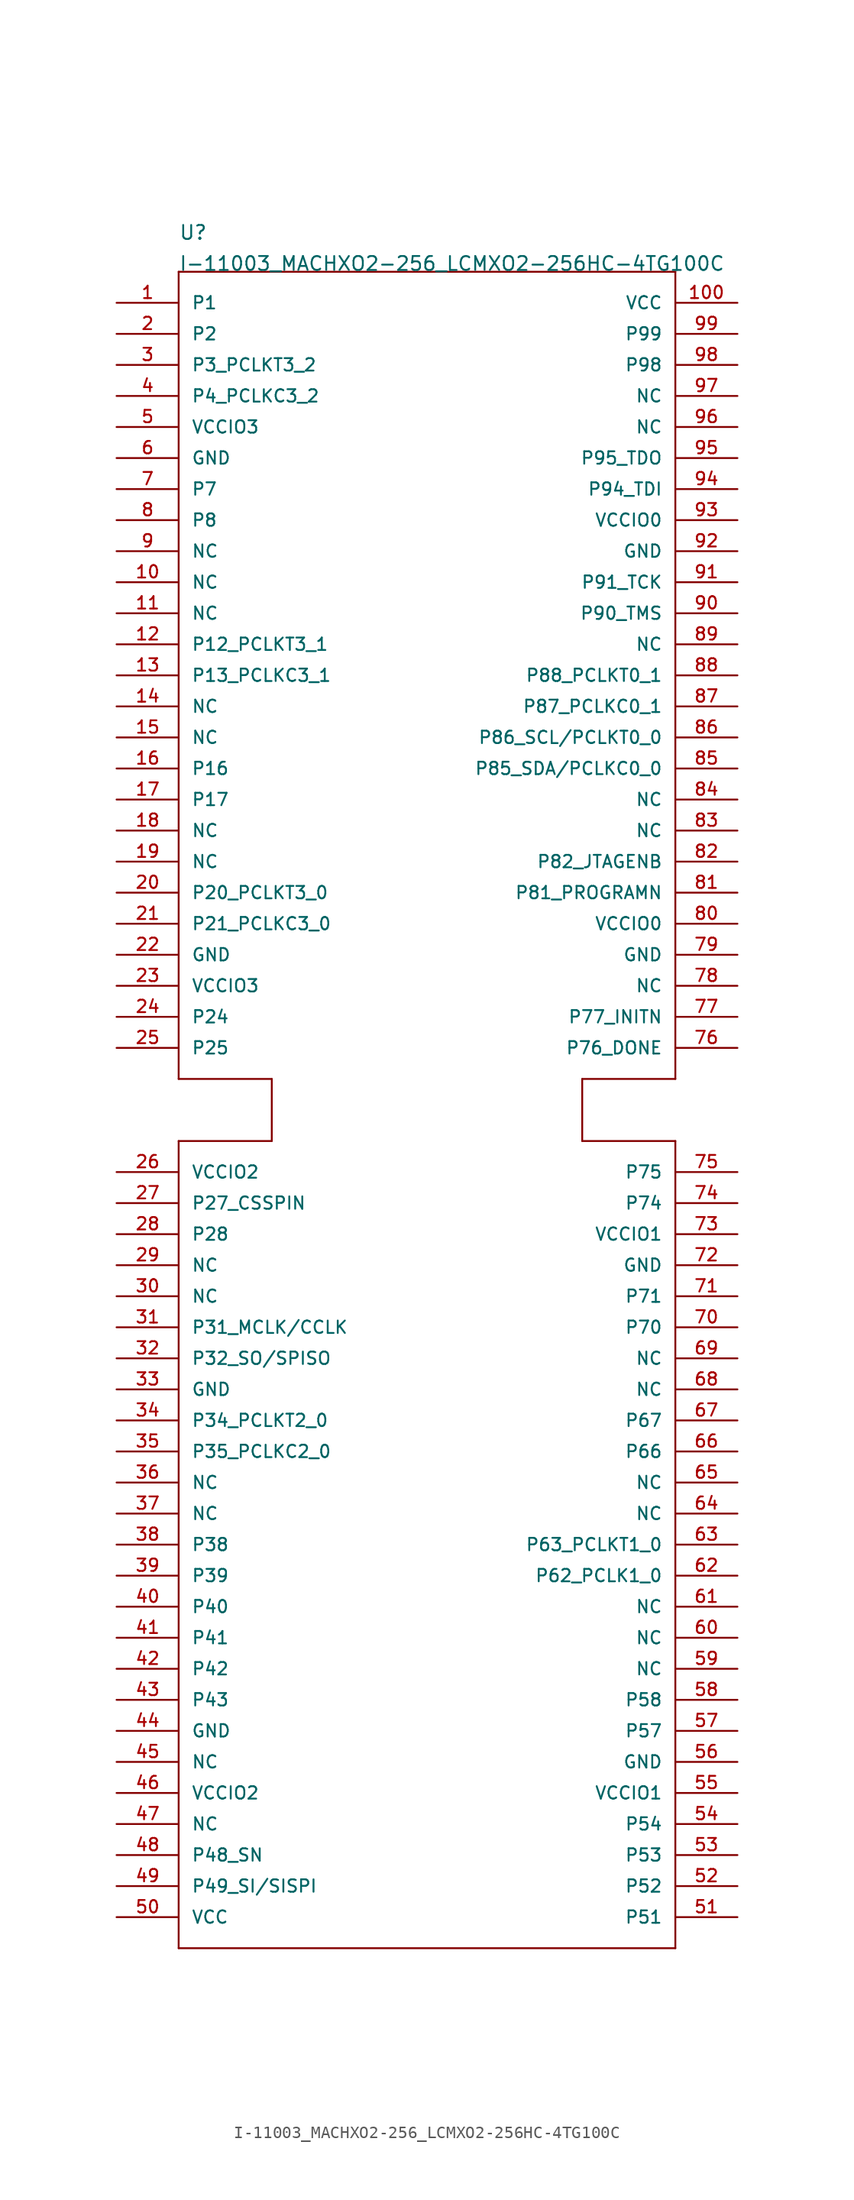
<source format=kicad_sym>
(kicad_symbol_lib
  (version 20211014)
  (generator kicad_symbol_editor)
  (symbol "I-11003_MACHXO2-256_LCMXO2-256HC-4TG100C"
    (pin_names
      (offset 1.016))
    (property "Reference" "U"
      (at -20.32 71.12 0)
      (effects (font (size 1.143 1.143)) (justify left bottom)))
    (property "Value" "I-11003_MACHXO2-256_LCMXO2-256HC-4TG100C"
      (at -20.32 68.58 0)
      (effects (font (size 1.143 1.143)) (justify left bottom)))
    (property "ki_locked" ""
      (at 0 0 0)
      (effects (font (size 1.27 1.27))))
    (symbol "I-11003_MACHXO2-256_LCMXO2-256HC-4TG100C_1_0"
      (polyline (pts (xy -20.32 -68.58) (xy -20.32 -2.54)) (stroke (width 0) (type default) (color 0 0 0 0)) (fill (type none)))
      (polyline (pts (xy -20.32 -2.54) (xy -12.7 -2.54)) (stroke (width 0) (type default) (color 0 0 0 0)) (fill (type none)))
      (polyline (pts (xy -20.32 2.54) (xy -20.32 68.58)) (stroke (width 0) (type default) (color 0 0 0 0)) (fill (type none)))
      (polyline (pts (xy -20.32 68.58) (xy 20.32 68.58)) (stroke (width 0) (type default) (color 0 0 0 0)) (fill (type none)))
      (polyline (pts (xy -12.7 -2.54) (xy -12.7 2.54)) (stroke (width 0) (type default) (color 0 0 0 0)) (fill (type none)))
      (polyline (pts (xy -12.7 2.54) (xy -20.32 2.54)) (stroke (width 0) (type default) (color 0 0 0 0)) (fill (type none)))
      (polyline (pts (xy 12.7 -2.54) (xy 20.32 -2.54)) (stroke (width 0) (type default) (color 0 0 0 0)) (fill (type none)))
      (polyline (pts (xy 12.7 2.54) (xy 12.7 -2.54)) (stroke (width 0) (type default) (color 0 0 0 0)) (fill (type none)))
      (polyline (pts (xy 20.32 -68.58) (xy -20.32 -68.58)) (stroke (width 0) (type default) (color 0 0 0 0)) (fill (type none)))
      (polyline (pts (xy 20.32 -2.54) (xy 20.32 -68.58)) (stroke (width 0) (type default) (color 0 0 0 0)) (fill (type none)))
      (polyline (pts (xy 20.32 2.54) (xy 12.7 2.54)) (stroke (width 0) (type default) (color 0 0 0 0)) (fill (type none)))
      (polyline (pts (xy 20.32 68.58) (xy 20.32 2.54)) (stroke (width 0) (type default) (color 0 0 0 0)) (fill (type none))))
    (symbol "I-11003_MACHXO2-256_LCMXO2-256HC-4TG100C_1_1"
      (pin bidirectional line (at -25.4 66.04 0) (length 5.08) (name "P1" (effects (font (size 1.016 1.016)))) (number "1" (effects (font (size 1.016 1.016)))))
      (pin bidirectional line (at -25.4 43.18 0) (length 5.08) (name "NC" (effects (font (size 1.016 1.016)))) (number "10" (effects (font (size 1.016 1.016)))))
      (pin bidirectional line (at 25.4 66.04 180) (length 5.08) (name "VCC" (effects (font (size 1.016 1.016)))) (number "100" (effects (font (size 1.016 1.016)))))
      (pin bidirectional line (at -25.4 40.64 0) (length 5.08) (name "NC" (effects (font (size 1.016 1.016)))) (number "11" (effects (font (size 1.016 1.016)))))
      (pin bidirectional line (at -25.4 38.1 0) (length 5.08) (name "P12_PCLKT3_1" (effects (font (size 1.016 1.016)))) (number "12" (effects (font (size 1.016 1.016)))))
      (pin bidirectional line (at -25.4 35.56 0) (length 5.08) (name "P13_PCLKC3_1" (effects (font (size 1.016 1.016)))) (number "13" (effects (font (size 1.016 1.016)))))
      (pin bidirectional line (at -25.4 33.02 0) (length 5.08) (name "NC" (effects (font (size 1.016 1.016)))) (number "14" (effects (font (size 1.016 1.016)))))
      (pin bidirectional line (at -25.4 30.48 0) (length 5.08) (name "NC" (effects (font (size 1.016 1.016)))) (number "15" (effects (font (size 1.016 1.016)))))
      (pin bidirectional line (at -25.4 27.94 0) (length 5.08) (name "P16" (effects (font (size 1.016 1.016)))) (number "16" (effects (font (size 1.016 1.016)))))
      (pin bidirectional line (at -25.4 25.4 0) (length 5.08) (name "P17" (effects (font (size 1.016 1.016)))) (number "17" (effects (font (size 1.016 1.016)))))
      (pin bidirectional line (at -25.4 22.86 0) (length 5.08) (name "NC" (effects (font (size 1.016 1.016)))) (number "18" (effects (font (size 1.016 1.016)))))
      (pin bidirectional line (at -25.4 20.32 0) (length 5.08) (name "NC" (effects (font (size 1.016 1.016)))) (number "19" (effects (font (size 1.016 1.016)))))
      (pin bidirectional line (at -25.4 63.5 0) (length 5.08) (name "P2" (effects (font (size 1.016 1.016)))) (number "2" (effects (font (size 1.016 1.016)))))
      (pin bidirectional line (at -25.4 17.78 0) (length 5.08) (name "P20_PCLKT3_0" (effects (font (size 1.016 1.016)))) (number "20" (effects (font (size 1.016 1.016)))))
      (pin bidirectional line (at -25.4 15.24 0) (length 5.08) (name "P21_PCLKC3_0" (effects (font (size 1.016 1.016)))) (number "21" (effects (font (size 1.016 1.016)))))
      (pin bidirectional line (at -25.4 12.7 0) (length 5.08) (name "GND" (effects (font (size 1.016 1.016)))) (number "22" (effects (font (size 1.016 1.016)))))
      (pin bidirectional line (at -25.4 10.16 0) (length 5.08) (name "VCCIO3" (effects (font (size 1.016 1.016)))) (number "23" (effects (font (size 1.016 1.016)))))
      (pin bidirectional line (at -25.4 7.62 0) (length 5.08) (name "P24" (effects (font (size 1.016 1.016)))) (number "24" (effects (font (size 1.016 1.016)))))
      (pin bidirectional line (at -25.4 5.08 0) (length 5.08) (name "P25" (effects (font (size 1.016 1.016)))) (number "25" (effects (font (size 1.016 1.016)))))
      (pin bidirectional line (at -25.4 -5.08 0) (length 5.08) (name "VCCIO2" (effects (font (size 1.016 1.016)))) (number "26" (effects (font (size 1.016 1.016)))))
      (pin bidirectional line (at -25.4 -7.62 0) (length 5.08) (name "P27_CSSPIN" (effects (font (size 1.016 1.016)))) (number "27" (effects (font (size 1.016 1.016)))))
      (pin bidirectional line (at -25.4 -10.16 0) (length 5.08) (name "P28" (effects (font (size 1.016 1.016)))) (number "28" (effects (font (size 1.016 1.016)))))
      (pin bidirectional line (at -25.4 -12.7 0) (length 5.08) (name "NC" (effects (font (size 1.016 1.016)))) (number "29" (effects (font (size 1.016 1.016)))))
      (pin bidirectional line (at -25.4 60.96 0) (length 5.08) (name "P3_PCLKT3_2" (effects (font (size 1.016 1.016)))) (number "3" (effects (font (size 1.016 1.016)))))
      (pin bidirectional line (at -25.4 -15.24 0) (length 5.08) (name "NC" (effects (font (size 1.016 1.016)))) (number "30" (effects (font (size 1.016 1.016)))))
      (pin bidirectional line (at -25.4 -17.78 0) (length 5.08) (name "P31_MCLK/CCLK" (effects (font (size 1.016 1.016)))) (number "31" (effects (font (size 1.016 1.016)))))
      (pin bidirectional line (at -25.4 -20.32 0) (length 5.08) (name "P32_SO/SPISO" (effects (font (size 1.016 1.016)))) (number "32" (effects (font (size 1.016 1.016)))))
      (pin bidirectional line (at -25.4 -22.86 0) (length 5.08) (name "GND" (effects (font (size 1.016 1.016)))) (number "33" (effects (font (size 1.016 1.016)))))
      (pin bidirectional line (at -25.4 -25.4 0) (length 5.08) (name "P34_PCLKT2_0" (effects (font (size 1.016 1.016)))) (number "34" (effects (font (size 1.016 1.016)))))
      (pin bidirectional line (at -25.4 -27.94 0) (length 5.08) (name "P35_PCLKC2_0" (effects (font (size 1.016 1.016)))) (number "35" (effects (font (size 1.016 1.016)))))
      (pin bidirectional line (at -25.4 -30.48 0) (length 5.08) (name "NC" (effects (font (size 1.016 1.016)))) (number "36" (effects (font (size 1.016 1.016)))))
      (pin bidirectional line (at -25.4 -33.02 0) (length 5.08) (name "NC" (effects (font (size 1.016 1.016)))) (number "37" (effects (font (size 1.016 1.016)))))
      (pin bidirectional line (at -25.4 -35.56 0) (length 5.08) (name "P38" (effects (font (size 1.016 1.016)))) (number "38" (effects (font (size 1.016 1.016)))))
      (pin bidirectional line (at -25.4 -38.1 0) (length 5.08) (name "P39" (effects (font (size 1.016 1.016)))) (number "39" (effects (font (size 1.016 1.016)))))
      (pin bidirectional line (at -25.4 58.42 0) (length 5.08) (name "P4_PCLKC3_2" (effects (font (size 1.016 1.016)))) (number "4" (effects (font (size 1.016 1.016)))))
      (pin bidirectional line (at -25.4 -40.64 0) (length 5.08) (name "P40" (effects (font (size 1.016 1.016)))) (number "40" (effects (font (size 1.016 1.016)))))
      (pin bidirectional line (at -25.4 -43.18 0) (length 5.08) (name "P41" (effects (font (size 1.016 1.016)))) (number "41" (effects (font (size 1.016 1.016)))))
      (pin bidirectional line (at -25.4 -45.72 0) (length 5.08) (name "P42" (effects (font (size 1.016 1.016)))) (number "42" (effects (font (size 1.016 1.016)))))
      (pin bidirectional line (at -25.4 -48.26 0) (length 5.08) (name "P43" (effects (font (size 1.016 1.016)))) (number "43" (effects (font (size 1.016 1.016)))))
      (pin bidirectional line (at -25.4 -50.8 0) (length 5.08) (name "GND" (effects (font (size 1.016 1.016)))) (number "44" (effects (font (size 1.016 1.016)))))
      (pin bidirectional line (at -25.4 -53.34 0) (length 5.08) (name "NC" (effects (font (size 1.016 1.016)))) (number "45" (effects (font (size 1.016 1.016)))))
      (pin bidirectional line (at -25.4 -55.88 0) (length 5.08) (name "VCCIO2" (effects (font (size 1.016 1.016)))) (number "46" (effects (font (size 1.016 1.016)))))
      (pin bidirectional line (at -25.4 -58.42 0) (length 5.08) (name "NC" (effects (font (size 1.016 1.016)))) (number "47" (effects (font (size 1.016 1.016)))))
      (pin bidirectional line (at -25.4 -60.96 0) (length 5.08) (name "P48_SN" (effects (font (size 1.016 1.016)))) (number "48" (effects (font (size 1.016 1.016)))))
      (pin bidirectional line (at -25.4 -63.5 0) (length 5.08) (name "P49_SI/SISPI" (effects (font (size 1.016 1.016)))) (number "49" (effects (font (size 1.016 1.016)))))
      (pin bidirectional line (at -25.4 55.88 0) (length 5.08) (name "VCCIO3" (effects (font (size 1.016 1.016)))) (number "5" (effects (font (size 1.016 1.016)))))
      (pin bidirectional line (at -25.4 -66.04 0) (length 5.08) (name "VCC" (effects (font (size 1.016 1.016)))) (number "50" (effects (font (size 1.016 1.016)))))
      (pin bidirectional line (at 25.4 -66.04 180) (length 5.08) (name "P51" (effects (font (size 1.016 1.016)))) (number "51" (effects (font (size 1.016 1.016)))))
      (pin bidirectional line (at 25.4 -63.5 180) (length 5.08) (name "P52" (effects (font (size 1.016 1.016)))) (number "52" (effects (font (size 1.016 1.016)))))
      (pin bidirectional line (at 25.4 -60.96 180) (length 5.08) (name "P53" (effects (font (size 1.016 1.016)))) (number "53" (effects (font (size 1.016 1.016)))))
      (pin bidirectional line (at 25.4 -58.42 180) (length 5.08) (name "P54" (effects (font (size 1.016 1.016)))) (number "54" (effects (font (size 1.016 1.016)))))
      (pin bidirectional line (at 25.4 -55.88 180) (length 5.08) (name "VCCIO1" (effects (font (size 1.016 1.016)))) (number "55" (effects (font (size 1.016 1.016)))))
      (pin bidirectional line (at 25.4 -53.34 180) (length 5.08) (name "GND" (effects (font (size 1.016 1.016)))) (number "56" (effects (font (size 1.016 1.016)))))
      (pin bidirectional line (at 25.4 -50.8 180) (length 5.08) (name "P57" (effects (font (size 1.016 1.016)))) (number "57" (effects (font (size 1.016 1.016)))))
      (pin bidirectional line (at 25.4 -48.26 180) (length 5.08) (name "P58" (effects (font (size 1.016 1.016)))) (number "58" (effects (font (size 1.016 1.016)))))
      (pin bidirectional line (at 25.4 -45.72 180) (length 5.08) (name "NC" (effects (font (size 1.016 1.016)))) (number "59" (effects (font (size 1.016 1.016)))))
      (pin bidirectional line (at -25.4 53.34 0) (length 5.08) (name "GND" (effects (font (size 1.016 1.016)))) (number "6" (effects (font (size 1.016 1.016)))))
      (pin bidirectional line (at 25.4 -43.18 180) (length 5.08) (name "NC" (effects (font (size 1.016 1.016)))) (number "60" (effects (font (size 1.016 1.016)))))
      (pin bidirectional line (at 25.4 -40.64 180) (length 5.08) (name "NC" (effects (font (size 1.016 1.016)))) (number "61" (effects (font (size 1.016 1.016)))))
      (pin bidirectional line (at 25.4 -38.1 180) (length 5.08) (name "P62_PCLK1_0" (effects (font (size 1.016 1.016)))) (number "62" (effects (font (size 1.016 1.016)))))
      (pin bidirectional line (at 25.4 -35.56 180) (length 5.08) (name "P63_PCLKT1_0" (effects (font (size 1.016 1.016)))) (number "63" (effects (font (size 1.016 1.016)))))
      (pin bidirectional line (at 25.4 -33.02 180) (length 5.08) (name "NC" (effects (font (size 1.016 1.016)))) (number "64" (effects (font (size 1.016 1.016)))))
      (pin bidirectional line (at 25.4 -30.48 180) (length 5.08) (name "NC" (effects (font (size 1.016 1.016)))) (number "65" (effects (font (size 1.016 1.016)))))
      (pin bidirectional line (at 25.4 -27.94 180) (length 5.08) (name "P66" (effects (font (size 1.016 1.016)))) (number "66" (effects (font (size 1.016 1.016)))))
      (pin bidirectional line (at 25.4 -25.4 180) (length 5.08) (name "P67" (effects (font (size 1.016 1.016)))) (number "67" (effects (font (size 1.016 1.016)))))
      (pin bidirectional line (at 25.4 -22.86 180) (length 5.08) (name "NC" (effects (font (size 1.016 1.016)))) (number "68" (effects (font (size 1.016 1.016)))))
      (pin bidirectional line (at 25.4 -20.32 180) (length 5.08) (name "NC" (effects (font (size 1.016 1.016)))) (number "69" (effects (font (size 1.016 1.016)))))
      (pin bidirectional line (at -25.4 50.8 0) (length 5.08) (name "P7" (effects (font (size 1.016 1.016)))) (number "7" (effects (font (size 1.016 1.016)))))
      (pin bidirectional line (at 25.4 -17.78 180) (length 5.08) (name "P70" (effects (font (size 1.016 1.016)))) (number "70" (effects (font (size 1.016 1.016)))))
      (pin bidirectional line (at 25.4 -15.24 180) (length 5.08) (name "P71" (effects (font (size 1.016 1.016)))) (number "71" (effects (font (size 1.016 1.016)))))
      (pin bidirectional line (at 25.4 -12.7 180) (length 5.08) (name "GND" (effects (font (size 1.016 1.016)))) (number "72" (effects (font (size 1.016 1.016)))))
      (pin bidirectional line (at 25.4 -10.16 180) (length 5.08) (name "VCCIO1" (effects (font (size 1.016 1.016)))) (number "73" (effects (font (size 1.016 1.016)))))
      (pin bidirectional line (at 25.4 -7.62 180) (length 5.08) (name "P74" (effects (font (size 1.016 1.016)))) (number "74" (effects (font (size 1.016 1.016)))))
      (pin bidirectional line (at 25.4 -5.08 180) (length 5.08) (name "P75" (effects (font (size 1.016 1.016)))) (number "75" (effects (font (size 1.016 1.016)))))
      (pin bidirectional line (at 25.4 5.08 180) (length 5.08) (name "P76_DONE" (effects (font (size 1.016 1.016)))) (number "76" (effects (font (size 1.016 1.016)))))
      (pin bidirectional line (at 25.4 7.62 180) (length 5.08) (name "P77_INITN" (effects (font (size 1.016 1.016)))) (number "77" (effects (font (size 1.016 1.016)))))
      (pin bidirectional line (at 25.4 10.16 180) (length 5.08) (name "NC" (effects (font (size 1.016 1.016)))) (number "78" (effects (font (size 1.016 1.016)))))
      (pin bidirectional line (at 25.4 12.7 180) (length 5.08) (name "GND" (effects (font (size 1.016 1.016)))) (number "79" (effects (font (size 1.016 1.016)))))
      (pin bidirectional line (at -25.4 48.26 0) (length 5.08) (name "P8" (effects (font (size 1.016 1.016)))) (number "8" (effects (font (size 1.016 1.016)))))
      (pin bidirectional line (at 25.4 15.24 180) (length 5.08) (name "VCCIO0" (effects (font (size 1.016 1.016)))) (number "80" (effects (font (size 1.016 1.016)))))
      (pin bidirectional line (at 25.4 17.78 180) (length 5.08) (name "P81_PROGRAMN" (effects (font (size 1.016 1.016)))) (number "81" (effects (font (size 1.016 1.016)))))
      (pin bidirectional line (at 25.4 20.32 180) (length 5.08) (name "P82_JTAGENB" (effects (font (size 1.016 1.016)))) (number "82" (effects (font (size 1.016 1.016)))))
      (pin bidirectional line (at 25.4 22.86 180) (length 5.08) (name "NC" (effects (font (size 1.016 1.016)))) (number "83" (effects (font (size 1.016 1.016)))))
      (pin bidirectional line (at 25.4 25.4 180) (length 5.08) (name "NC" (effects (font (size 1.016 1.016)))) (number "84" (effects (font (size 1.016 1.016)))))
      (pin bidirectional line (at 25.4 27.94 180) (length 5.08) (name "P85_SDA/PCLKC0_0" (effects (font (size 1.016 1.016)))) (number "85" (effects (font (size 1.016 1.016)))))
      (pin bidirectional line (at 25.4 30.48 180) (length 5.08) (name "P86_SCL/PCLKT0_0" (effects (font (size 1.016 1.016)))) (number "86" (effects (font (size 1.016 1.016)))))
      (pin bidirectional line (at 25.4 33.02 180) (length 5.08) (name "P87_PCLKC0_1" (effects (font (size 1.016 1.016)))) (number "87" (effects (font (size 1.016 1.016)))))
      (pin bidirectional line (at 25.4 35.56 180) (length 5.08) (name "P88_PCLKT0_1" (effects (font (size 1.016 1.016)))) (number "88" (effects (font (size 1.016 1.016)))))
      (pin bidirectional line (at 25.4 38.1 180) (length 5.08) (name "NC" (effects (font (size 1.016 1.016)))) (number "89" (effects (font (size 1.016 1.016)))))
      (pin bidirectional line (at -25.4 45.72 0) (length 5.08) (name "NC" (effects (font (size 1.016 1.016)))) (number "9" (effects (font (size 1.016 1.016)))))
      (pin bidirectional line (at 25.4 40.64 180) (length 5.08) (name "P90_TMS" (effects (font (size 1.016 1.016)))) (number "90" (effects (font (size 1.016 1.016)))))
      (pin bidirectional line (at 25.4 43.18 180) (length 5.08) (name "P91_TCK" (effects (font (size 1.016 1.016)))) (number "91" (effects (font (size 1.016 1.016)))))
      (pin bidirectional line (at 25.4 45.72 180) (length 5.08) (name "GND" (effects (font (size 1.016 1.016)))) (number "92" (effects (font (size 1.016 1.016)))))
      (pin bidirectional line (at 25.4 48.26 180) (length 5.08) (name "VCCIO0" (effects (font (size 1.016 1.016)))) (number "93" (effects (font (size 1.016 1.016)))))
      (pin bidirectional line (at 25.4 50.8 180) (length 5.08) (name "P94_TDI" (effects (font (size 1.016 1.016)))) (number "94" (effects (font (size 1.016 1.016)))))
      (pin bidirectional line (at 25.4 53.34 180) (length 5.08) (name "P95_TDO" (effects (font (size 1.016 1.016)))) (number "95" (effects (font (size 1.016 1.016)))))
      (pin bidirectional line (at 25.4 55.88 180) (length 5.08) (name "NC" (effects (font (size 1.016 1.016)))) (number "96" (effects (font (size 1.016 1.016)))))
      (pin bidirectional line (at 25.4 58.42 180) (length 5.08) (name "NC" (effects (font (size 1.016 1.016)))) (number "97" (effects (font (size 1.016 1.016)))))
      (pin bidirectional line (at 25.4 60.96 180) (length 5.08) (name "P98" (effects (font (size 1.016 1.016)))) (number "98" (effects (font (size 1.016 1.016)))))
      (pin bidirectional line (at 25.4 63.5 180) (length 5.08) (name "P99" (effects (font (size 1.016 1.016)))) (number "99" (effects (font (size 1.016 1.016))))))))
</source>
